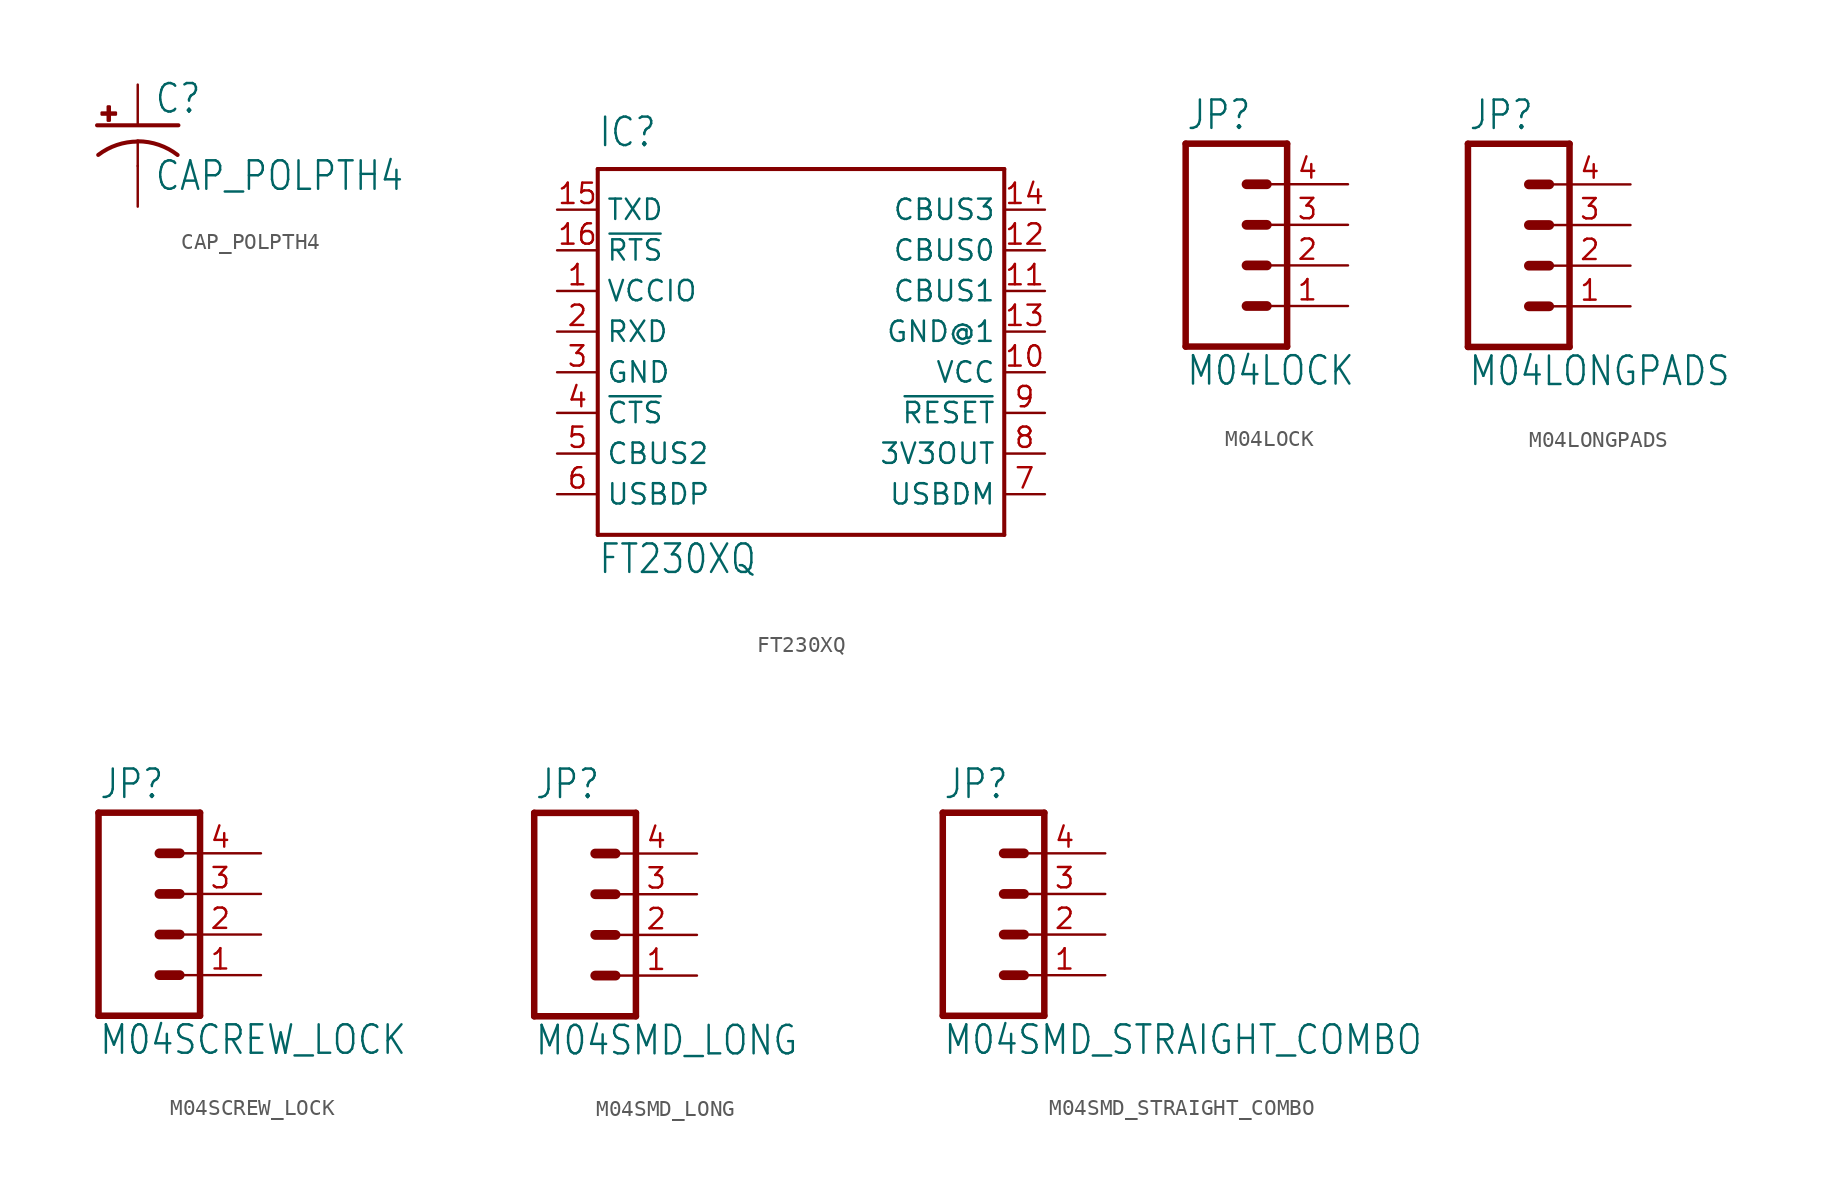
<source format=kicad_sym>
(kicad_symbol_lib
  (version 20211014)
  (generator kicad_symbol_editor)
  (symbol "CAP_POLPTH4"
    (property "Reference" "C"
      (at 1.016 0.635 0)
      (effects (font (size 1.778 1.511)) (justify left bottom)))
    (property "Value" "CAP_POLPTH4"
      (at 1.016 -4.191 0)
      (effects (font (size 1.778 1.511)) (justify left bottom)))
    (property "ki_locked" ""
      (at 0 0 0)
      (effects (font (size 1.27 1.27))))
    (symbol "CAP_POLPTH4_1_0"
      (rectangle (start -2.253 0.668) (end -1.364 0.795) (stroke (width 0) (type default) (color 0 0 0 0)) (fill (type outline)))
      (rectangle (start -1.872 0.287) (end -1.745 1.176) (stroke (width 0) (type default) (color 0 0 0 0)) (fill (type outline)))
      (arc (start 0 -1.0161) (mid -1.3021 -1.2302) (end -2.4669 -1.8504) (stroke (width 0.254) (type default) (color 0 0 0 0)) (fill (type none)))
      (polyline (pts (xy -2.54 0) (xy 2.54 0)) (stroke (width 0.254) (type default) (color 0 0 0 0)) (fill (type none)))
      (polyline (pts (xy 0 -1.016) (xy 0 -2.54)) (stroke (width 0.152) (type default) (color 0 0 0 0)) (fill (type none)))
      (arc (start 2.4892 -1.8542) (mid 1.3158 -1.2195) (end 0 -1) (stroke (width 0.254) (type default) (color 0 0 0 0)) (fill (type none)))
      (pin passive line (at 0 2.54 270) (length 2.54) (name "+" (effects (font (size 0 0)))) (number "+" (effects (font (size 0 0)))))
      (pin passive line (at 0 -5.08 90) (length 2.54) (name "-" (effects (font (size 0 0)))) (number "-" (effects (font (size 0 0)))))))
  (symbol "FT230XQ"
    (property "Reference" "IC"
      (at -12.7 11.43 0)
      (effects (font (size 1.778 1.511)) (justify left bottom)))
    (property "Value" "FT230XQ"
      (at -12.7 -15.24 0)
      (effects (font (size 1.778 1.511)) (justify left bottom)))
    (property "ki_locked" ""
      (at 0 0 0)
      (effects (font (size 1.27 1.27))))
    (symbol "FT230XQ_1_0"
      (polyline (pts (xy -12.7 -12.7) (xy 12.7 -12.7)) (stroke (width 0.254) (type default) (color 0 0 0 0)) (fill (type none)))
      (polyline (pts (xy -12.7 10.16) (xy -12.7 -12.7)) (stroke (width 0.254) (type default) (color 0 0 0 0)) (fill (type none)))
      (polyline (pts (xy 12.7 -12.7) (xy 12.7 10.16)) (stroke (width 0.254) (type default) (color 0 0 0 0)) (fill (type none)))
      (polyline (pts (xy 12.7 10.16) (xy -12.7 10.16)) (stroke (width 0.254) (type default) (color 0 0 0 0)) (fill (type none)))
      (pin power_in line (at -15.24 2.54 0) (length 2.54) (name "VCCIO" (effects (font (size 1.27 1.27)))) (number "1" (effects (font (size 1.27 1.27)))))
      (pin power_in line (at 15.24 -2.54 180) (length 2.54) (name "VCC" (effects (font (size 1.27 1.27)))) (number "10" (effects (font (size 1.27 1.27)))))
      (pin bidirectional line (at 15.24 2.54 180) (length 2.54) (name "CBUS1" (effects (font (size 1.27 1.27)))) (number "11" (effects (font (size 1.27 1.27)))))
      (pin bidirectional line (at 15.24 5.08 180) (length 2.54) (name "CBUS0" (effects (font (size 1.27 1.27)))) (number "12" (effects (font (size 1.27 1.27)))))
      (pin power_in line (at 15.24 0 180) (length 2.54) (name "GND@1" (effects (font (size 1.27 1.27)))) (number "13" (effects (font (size 1.27 1.27)))))
      (pin bidirectional line (at 15.24 7.62 180) (length 2.54) (name "CBUS3" (effects (font (size 1.27 1.27)))) (number "14" (effects (font (size 1.27 1.27)))))
      (pin output line (at -15.24 7.62 0) (length 2.54) (name "TXD" (effects (font (size 1.27 1.27)))) (number "15" (effects (font (size 1.27 1.27)))))
      (pin output line (at -15.24 5.08 0) (length 2.54) (name "~{RTS}" (effects (font (size 1.27 1.27)))) (number "16" (effects (font (size 1.27 1.27)))))
      (pin input line (at -15.24 0 0) (length 2.54) (name "RXD" (effects (font (size 1.27 1.27)))) (number "2" (effects (font (size 1.27 1.27)))))
      (pin power_in line (at -15.24 -2.54 0) (length 2.54) (name "GND" (effects (font (size 1.27 1.27)))) (number "3" (effects (font (size 1.27 1.27)))))
      (pin input line (at -15.24 -5.08 0) (length 2.54) (name "~{CTS}" (effects (font (size 1.27 1.27)))) (number "4" (effects (font (size 1.27 1.27)))))
      (pin bidirectional line (at -15.24 -7.62 0) (length 2.54) (name "CBUS2" (effects (font (size 1.27 1.27)))) (number "5" (effects (font (size 1.27 1.27)))))
      (pin input line (at -15.24 -10.16 0) (length 2.54) (name "USBDP" (effects (font (size 1.27 1.27)))) (number "6" (effects (font (size 1.27 1.27)))))
      (pin input line (at 15.24 -10.16 180) (length 2.54) (name "USBDM" (effects (font (size 1.27 1.27)))) (number "7" (effects (font (size 1.27 1.27)))))
      (pin output line (at 15.24 -7.62 180) (length 2.54) (name "3V3OUT" (effects (font (size 1.27 1.27)))) (number "8" (effects (font (size 1.27 1.27)))))
      (pin input line (at 15.24 -5.08 180) (length 2.54) (name "~{RESET}" (effects (font (size 1.27 1.27)))) (number "9" (effects (font (size 1.27 1.27)))))))
  (symbol "M04LOCK"
    (property "Reference" "JP"
      (at -5.08 8.382 0)
      (effects (font (size 1.778 1.511)) (justify left bottom)))
    (property "Value" "M04LOCK"
      (at -5.08 -7.62 0)
      (effects (font (size 1.778 1.511)) (justify left bottom)))
    (property "ki_locked" ""
      (at 0 0 0)
      (effects (font (size 1.27 1.27))))
    (symbol "M04LOCK_1_0"
      (polyline (pts (xy -5.08 7.62) (xy -5.08 -5.08)) (stroke (width 0.406) (type default) (color 0 0 0 0)) (fill (type none)))
      (polyline (pts (xy -5.08 7.62) (xy 1.27 7.62)) (stroke (width 0.406) (type default) (color 0 0 0 0)) (fill (type none)))
      (polyline (pts (xy -1.27 -2.54) (xy 0 -2.54)) (stroke (width 0.61) (type default) (color 0 0 0 0)) (fill (type none)))
      (polyline (pts (xy -1.27 0) (xy 0 0)) (stroke (width 0.61) (type default) (color 0 0 0 0)) (fill (type none)))
      (polyline (pts (xy -1.27 2.54) (xy 0 2.54)) (stroke (width 0.61) (type default) (color 0 0 0 0)) (fill (type none)))
      (polyline (pts (xy -1.27 5.08) (xy 0 5.08)) (stroke (width 0.61) (type default) (color 0 0 0 0)) (fill (type none)))
      (polyline (pts (xy 1.27 -5.08) (xy -5.08 -5.08)) (stroke (width 0.406) (type default) (color 0 0 0 0)) (fill (type none)))
      (polyline (pts (xy 1.27 -5.08) (xy 1.27 7.62)) (stroke (width 0.406) (type default) (color 0 0 0 0)) (fill (type none)))
      (pin passive line (at 5.08 -2.54 180) (length 5.08) (name "1" (effects (font (size 0 0)))) (number "1" (effects (font (size 1.27 1.27)))))
      (pin passive line (at 5.08 0 180) (length 5.08) (name "2" (effects (font (size 0 0)))) (number "2" (effects (font (size 1.27 1.27)))))
      (pin passive line (at 5.08 2.54 180) (length 5.08) (name "3" (effects (font (size 0 0)))) (number "3" (effects (font (size 1.27 1.27)))))
      (pin passive line (at 5.08 5.08 180) (length 5.08) (name "4" (effects (font (size 0 0)))) (number "4" (effects (font (size 1.27 1.27)))))))
  (symbol "M04LONGPADS"
    (property "Reference" "JP"
      (at -5.08 8.382 0)
      (effects (font (size 1.778 1.511)) (justify left bottom)))
    (property "Value" "M04LONGPADS"
      (at -5.08 -7.62 0)
      (effects (font (size 1.778 1.511)) (justify left bottom)))
    (property "ki_locked" ""
      (at 0 0 0)
      (effects (font (size 1.27 1.27))))
    (symbol "M04LONGPADS_1_0"
      (polyline (pts (xy -5.08 7.62) (xy -5.08 -5.08)) (stroke (width 0.406) (type default) (color 0 0 0 0)) (fill (type none)))
      (polyline (pts (xy -5.08 7.62) (xy 1.27 7.62)) (stroke (width 0.406) (type default) (color 0 0 0 0)) (fill (type none)))
      (polyline (pts (xy -1.27 -2.54) (xy 0 -2.54)) (stroke (width 0.61) (type default) (color 0 0 0 0)) (fill (type none)))
      (polyline (pts (xy -1.27 0) (xy 0 0)) (stroke (width 0.61) (type default) (color 0 0 0 0)) (fill (type none)))
      (polyline (pts (xy -1.27 2.54) (xy 0 2.54)) (stroke (width 0.61) (type default) (color 0 0 0 0)) (fill (type none)))
      (polyline (pts (xy -1.27 5.08) (xy 0 5.08)) (stroke (width 0.61) (type default) (color 0 0 0 0)) (fill (type none)))
      (polyline (pts (xy 1.27 -5.08) (xy -5.08 -5.08)) (stroke (width 0.406) (type default) (color 0 0 0 0)) (fill (type none)))
      (polyline (pts (xy 1.27 -5.08) (xy 1.27 7.62)) (stroke (width 0.406) (type default) (color 0 0 0 0)) (fill (type none)))
      (pin passive line (at 5.08 -2.54 180) (length 5.08) (name "1" (effects (font (size 0 0)))) (number "1" (effects (font (size 1.27 1.27)))))
      (pin passive line (at 5.08 0 180) (length 5.08) (name "2" (effects (font (size 0 0)))) (number "2" (effects (font (size 1.27 1.27)))))
      (pin passive line (at 5.08 2.54 180) (length 5.08) (name "3" (effects (font (size 0 0)))) (number "3" (effects (font (size 1.27 1.27)))))
      (pin passive line (at 5.08 5.08 180) (length 5.08) (name "4" (effects (font (size 0 0)))) (number "4" (effects (font (size 1.27 1.27)))))))
  (symbol "M04SCREW_LOCK"
    (property "Reference" "JP"
      (at -5.08 8.382 0)
      (effects (font (size 1.778 1.511)) (justify left bottom)))
    (property "Value" "M04SCREW_LOCK"
      (at -5.08 -7.62 0)
      (effects (font (size 1.778 1.511)) (justify left bottom)))
    (property "ki_locked" ""
      (at 0 0 0)
      (effects (font (size 1.27 1.27))))
    (symbol "M04SCREW_LOCK_1_0"
      (polyline (pts (xy -5.08 7.62) (xy -5.08 -5.08)) (stroke (width 0.406) (type default) (color 0 0 0 0)) (fill (type none)))
      (polyline (pts (xy -5.08 7.62) (xy 1.27 7.62)) (stroke (width 0.406) (type default) (color 0 0 0 0)) (fill (type none)))
      (polyline (pts (xy -1.27 -2.54) (xy 0 -2.54)) (stroke (width 0.61) (type default) (color 0 0 0 0)) (fill (type none)))
      (polyline (pts (xy -1.27 0) (xy 0 0)) (stroke (width 0.61) (type default) (color 0 0 0 0)) (fill (type none)))
      (polyline (pts (xy -1.27 2.54) (xy 0 2.54)) (stroke (width 0.61) (type default) (color 0 0 0 0)) (fill (type none)))
      (polyline (pts (xy -1.27 5.08) (xy 0 5.08)) (stroke (width 0.61) (type default) (color 0 0 0 0)) (fill (type none)))
      (polyline (pts (xy 1.27 -5.08) (xy -5.08 -5.08)) (stroke (width 0.406) (type default) (color 0 0 0 0)) (fill (type none)))
      (polyline (pts (xy 1.27 -5.08) (xy 1.27 7.62)) (stroke (width 0.406) (type default) (color 0 0 0 0)) (fill (type none)))
      (pin passive line (at 5.08 -2.54 180) (length 5.08) (name "1" (effects (font (size 0 0)))) (number "1" (effects (font (size 1.27 1.27)))))
      (pin passive line (at 5.08 0 180) (length 5.08) (name "2" (effects (font (size 0 0)))) (number "2" (effects (font (size 1.27 1.27)))))
      (pin passive line (at 5.08 2.54 180) (length 5.08) (name "3" (effects (font (size 0 0)))) (number "3" (effects (font (size 1.27 1.27)))))
      (pin passive line (at 5.08 5.08 180) (length 5.08) (name "4" (effects (font (size 0 0)))) (number "4" (effects (font (size 1.27 1.27)))))))
  (symbol "M04SMD_LONG"
    (property "Reference" "JP"
      (at -5.08 8.382 0)
      (effects (font (size 1.778 1.511)) (justify left bottom)))
    (property "Value" "M04SMD_LONG"
      (at -5.08 -7.62 0)
      (effects (font (size 1.778 1.511)) (justify left bottom)))
    (property "ki_locked" ""
      (at 0 0 0)
      (effects (font (size 1.27 1.27))))
    (symbol "M04SMD_LONG_1_0"
      (polyline (pts (xy -5.08 7.62) (xy -5.08 -5.08)) (stroke (width 0.406) (type default) (color 0 0 0 0)) (fill (type none)))
      (polyline (pts (xy -5.08 7.62) (xy 1.27 7.62)) (stroke (width 0.406) (type default) (color 0 0 0 0)) (fill (type none)))
      (polyline (pts (xy -1.27 -2.54) (xy 0 -2.54)) (stroke (width 0.61) (type default) (color 0 0 0 0)) (fill (type none)))
      (polyline (pts (xy -1.27 0) (xy 0 0)) (stroke (width 0.61) (type default) (color 0 0 0 0)) (fill (type none)))
      (polyline (pts (xy -1.27 2.54) (xy 0 2.54)) (stroke (width 0.61) (type default) (color 0 0 0 0)) (fill (type none)))
      (polyline (pts (xy -1.27 5.08) (xy 0 5.08)) (stroke (width 0.61) (type default) (color 0 0 0 0)) (fill (type none)))
      (polyline (pts (xy 1.27 -5.08) (xy -5.08 -5.08)) (stroke (width 0.406) (type default) (color 0 0 0 0)) (fill (type none)))
      (polyline (pts (xy 1.27 -5.08) (xy 1.27 7.62)) (stroke (width 0.406) (type default) (color 0 0 0 0)) (fill (type none)))
      (pin passive line (at 5.08 -2.54 180) (length 5.08) (name "1" (effects (font (size 0 0)))) (number "1" (effects (font (size 1.27 1.27)))))
      (pin passive line (at 5.08 0 180) (length 5.08) (name "2" (effects (font (size 0 0)))) (number "2" (effects (font (size 1.27 1.27)))))
      (pin passive line (at 5.08 2.54 180) (length 5.08) (name "3" (effects (font (size 0 0)))) (number "3" (effects (font (size 1.27 1.27)))))
      (pin passive line (at 5.08 5.08 180) (length 5.08) (name "4" (effects (font (size 0 0)))) (number "4" (effects (font (size 1.27 1.27)))))))
  (symbol "M04SMD_STRAIGHT_COMBO"
    (property "Reference" "JP"
      (at -5.08 8.382 0)
      (effects (font (size 1.778 1.511)) (justify left bottom)))
    (property "Value" "M04SMD_STRAIGHT_COMBO"
      (at -5.08 -7.62 0)
      (effects (font (size 1.778 1.511)) (justify left bottom)))
    (property "ki_locked" ""
      (at 0 0 0)
      (effects (font (size 1.27 1.27))))
    (symbol "M04SMD_STRAIGHT_COMBO_1_0"
      (polyline (pts (xy -5.08 7.62) (xy -5.08 -5.08)) (stroke (width 0.406) (type default) (color 0 0 0 0)) (fill (type none)))
      (polyline (pts (xy -5.08 7.62) (xy 1.27 7.62)) (stroke (width 0.406) (type default) (color 0 0 0 0)) (fill (type none)))
      (polyline (pts (xy -1.27 -2.54) (xy 0 -2.54)) (stroke (width 0.61) (type default) (color 0 0 0 0)) (fill (type none)))
      (polyline (pts (xy -1.27 0) (xy 0 0)) (stroke (width 0.61) (type default) (color 0 0 0 0)) (fill (type none)))
      (polyline (pts (xy -1.27 2.54) (xy 0 2.54)) (stroke (width 0.61) (type default) (color 0 0 0 0)) (fill (type none)))
      (polyline (pts (xy -1.27 5.08) (xy 0 5.08)) (stroke (width 0.61) (type default) (color 0 0 0 0)) (fill (type none)))
      (polyline (pts (xy 1.27 -5.08) (xy -5.08 -5.08)) (stroke (width 0.406) (type default) (color 0 0 0 0)) (fill (type none)))
      (polyline (pts (xy 1.27 -5.08) (xy 1.27 7.62)) (stroke (width 0.406) (type default) (color 0 0 0 0)) (fill (type none)))
      (pin passive line (at 5.08 -2.54 180) (length 5.08) (name "1" (effects (font (size 0 0)))) (number "1" (effects (font (size 1.27 1.27)))))
      (pin passive line (at 5.08 0 180) (length 5.08) (name "2" (effects (font (size 0 0)))) (number "2" (effects (font (size 1.27 1.27)))))
      (pin passive line (at 5.08 2.54 180) (length 5.08) (name "3" (effects (font (size 0 0)))) (number "3" (effects (font (size 1.27 1.27)))))
      (pin passive line (at 5.08 5.08 180) (length 5.08) (name "4" (effects (font (size 0 0)))) (number "4" (effects (font (size 1.27 1.27))))))))
</source>
